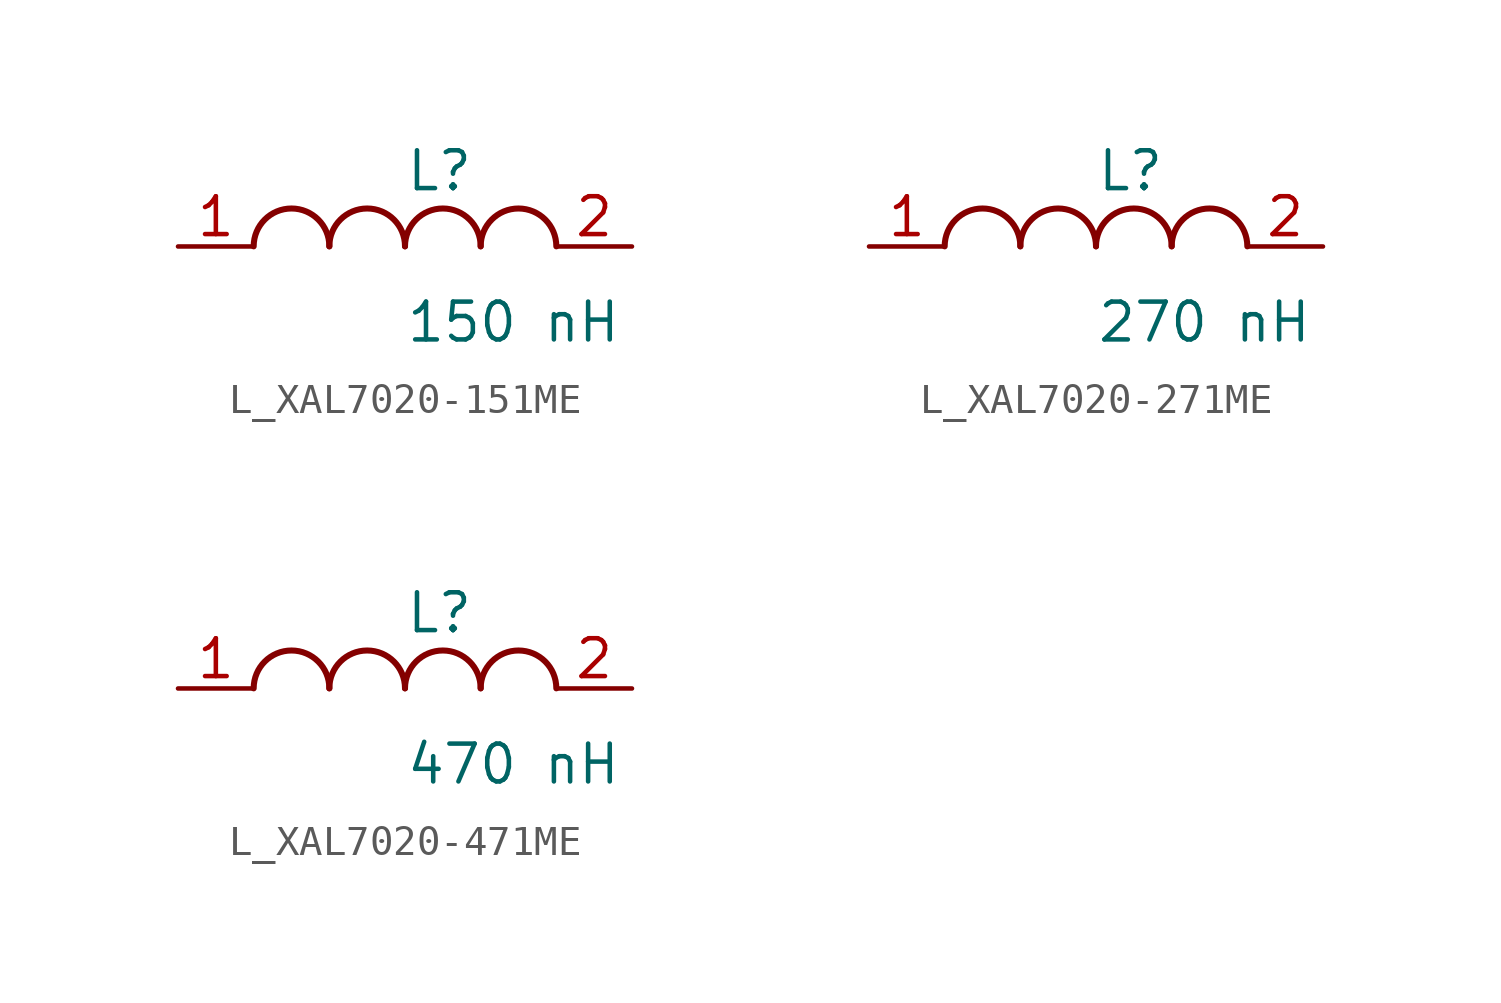
<source format=kicad_sym>
(kicad_symbol_lib
  (version 20231120)
  (generator kicad_symbol_editor)
  (generator_version 8.0)
  (symbol "L_XAL7020-151ME"
    (pin_names
      (offset 0.254))
    (property "Reference" "L"
      (at 0 2.54 0)
      (effects (font (size 1.27 1.27)) (justify left)))
    (property "Value" "150 nH"
      (at 0 -2.54 0)
      (effects (font (size 1.27 1.27)) (justify left)))
    (symbol "L_XAL7020-151ME_1_1"
      (arc (start -2.54 0.0056) (mid -3.81 1.27) (end -5.08 0.0056) (stroke (width 0.2032) (type default)) (fill (type none)))
      (arc (start 0 0.0056) (mid -1.27 1.27) (end -2.54 0.0056) (stroke (width 0.2032) (type default)) (fill (type none)))
      (arc (start 2.54 0.0056) (mid 1.27 1.27) (end 0 0.0056) (stroke (width 0.2032) (type default)) (fill (type none)))
      (arc (start 5.08 0.0056) (mid 3.81 1.27) (end 2.54 0.0056) (stroke (width 0.2032) (type default)) (fill (type none)))
      (pin unspecified line (at -7.62 0 0) (length 2.54) (name "" (effects (font (size 1.27 1.27)))) (number "1" (effects (font (size 1.27 1.27)))))
      (pin unspecified line (at 7.62 0 180) (length 2.54) (name "" (effects (font (size 1.27 1.27)))) (number "2" (effects (font (size 1.27 1.27)))))))
  (symbol "L_XAL7020-271ME"
    (pin_names
      (offset 0.254))
    (property "Reference" "L"
      (at 0 2.54 0)
      (effects (font (size 1.27 1.27)) (justify left)))
    (property "Value" "270 nH"
      (at 0 -2.54 0)
      (effects (font (size 1.27 1.27)) (justify left)))
    (symbol "L_XAL7020-271ME_1_1"
      (arc (start -2.54 0.0056) (mid -3.81 1.27) (end -5.08 0.0056) (stroke (width 0.2032) (type default)) (fill (type none)))
      (arc (start 0 0.0056) (mid -1.27 1.27) (end -2.54 0.0056) (stroke (width 0.2032) (type default)) (fill (type none)))
      (arc (start 2.54 0.0056) (mid 1.27 1.27) (end 0 0.0056) (stroke (width 0.2032) (type default)) (fill (type none)))
      (arc (start 5.08 0.0056) (mid 3.81 1.27) (end 2.54 0.0056) (stroke (width 0.2032) (type default)) (fill (type none)))
      (pin unspecified line (at -7.62 0 0) (length 2.54) (name "" (effects (font (size 1.27 1.27)))) (number "1" (effects (font (size 1.27 1.27)))))
      (pin unspecified line (at 7.62 0 180) (length 2.54) (name "" (effects (font (size 1.27 1.27)))) (number "2" (effects (font (size 1.27 1.27)))))))
  (symbol "L_XAL7020-471ME"
    (pin_names
      (offset 0.254))
    (property "Reference" "L"
      (at 0 2.54 0)
      (effects (font (size 1.27 1.27)) (justify left)))
    (property "Value" "470 nH"
      (at 0 -2.54 0)
      (effects (font (size 1.27 1.27)) (justify left)))
    (symbol "L_XAL7020-471ME_1_1"
      (arc (start -2.54 0.0056) (mid -3.81 1.27) (end -5.08 0.0056) (stroke (width 0.2032) (type default)) (fill (type none)))
      (arc (start 0 0.0056) (mid -1.27 1.27) (end -2.54 0.0056) (stroke (width 0.2032) (type default)) (fill (type none)))
      (arc (start 2.54 0.0056) (mid 1.27 1.27) (end 0 0.0056) (stroke (width 0.2032) (type default)) (fill (type none)))
      (arc (start 5.08 0.0056) (mid 3.81 1.27) (end 2.54 0.0056) (stroke (width 0.2032) (type default)) (fill (type none)))
      (pin unspecified line (at -7.62 0 0) (length 2.54) (name "" (effects (font (size 1.27 1.27)))) (number "1" (effects (font (size 1.27 1.27)))))
      (pin unspecified line (at 7.62 0 180) (length 2.54) (name "" (effects (font (size 1.27 1.27)))) (number "2" (effects (font (size 1.27 1.27))))))))
</source>
